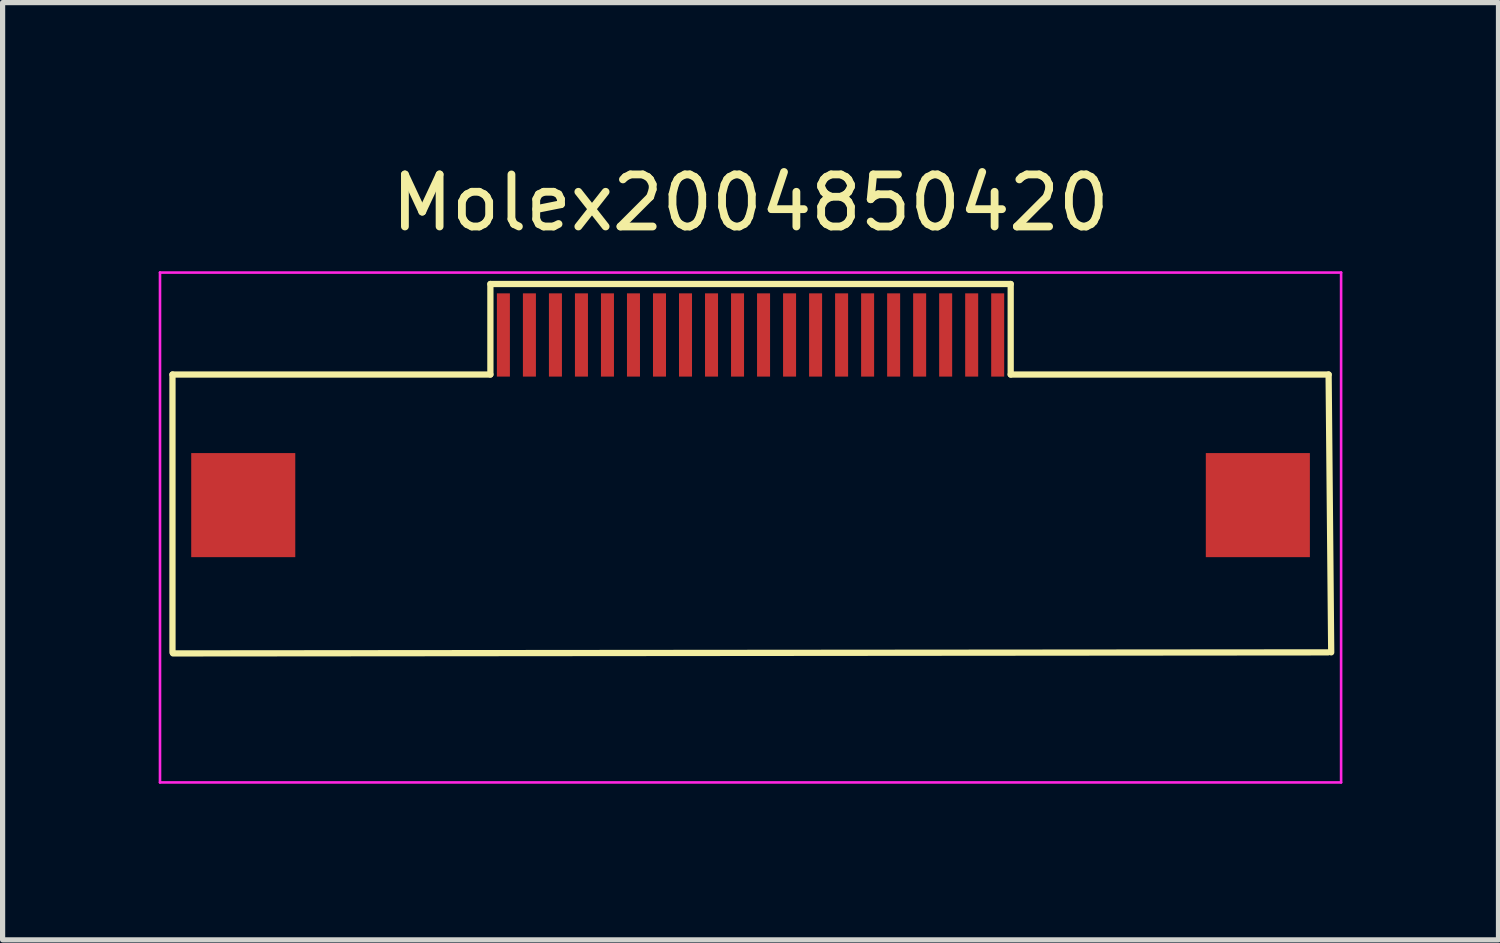
<source format=kicad_pcb>
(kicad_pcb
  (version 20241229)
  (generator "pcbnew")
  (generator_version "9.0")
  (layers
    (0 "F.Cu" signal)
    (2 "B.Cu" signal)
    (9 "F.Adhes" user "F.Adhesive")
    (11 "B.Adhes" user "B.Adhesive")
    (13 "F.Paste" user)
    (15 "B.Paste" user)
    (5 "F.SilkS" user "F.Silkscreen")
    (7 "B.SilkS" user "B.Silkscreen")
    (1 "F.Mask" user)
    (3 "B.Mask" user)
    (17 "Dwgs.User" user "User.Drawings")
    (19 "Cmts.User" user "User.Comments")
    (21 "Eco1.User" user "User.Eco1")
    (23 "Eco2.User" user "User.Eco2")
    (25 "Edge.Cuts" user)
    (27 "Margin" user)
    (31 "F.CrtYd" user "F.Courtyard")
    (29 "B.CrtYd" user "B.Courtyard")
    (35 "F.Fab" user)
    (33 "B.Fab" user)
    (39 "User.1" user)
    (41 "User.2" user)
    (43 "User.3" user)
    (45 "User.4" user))
  (footprint "Molex2004850420"
    (layer "F.Cu")
    (at 11.375 3.388)
    (property "Reference" "Molex2004850420" (at 0 -2.54 0) (layer "F.SilkS") (effects (font (size 1 1) (thickness 0.15))))
    (attr smd)
    (fp_line (start -11.11 0.76) (end -5 0.76) (stroke (width 0.12) (type solid)) (layer "F.SilkS"))
    (fp_line (start -11.11 6.1) (end -11.11 0.76) (stroke (width 0.12) (type solid)) (layer "F.SilkS"))
    (fp_line (start -5 -0.98) (end 5 -0.98) (stroke (width 0.12) (type solid)) (layer "F.SilkS"))
    (fp_line (start -5 0.76) (end -5 -0.98) (stroke (width 0.12) (type solid)) (layer "F.SilkS"))
    (fp_line (start 5 0.76) (end 5 -0.98) (stroke (width 0.12) (type solid)) (layer "F.SilkS"))
    (fp_line (start 11.1 6.1) (end -11.1 6.12) (stroke (width 0.12) (type solid)) (layer "F.SilkS"))
    (fp_line (start 11.11 0.76) (end 5 0.76) (stroke (width 0.12) (type solid)) (layer "F.SilkS"))
    (fp_line (start 11.16 6.1) (end 11.11 0.76) (stroke (width 0.12) (type solid)) (layer "F.SilkS"))
    (fp_line (start -11.35 -1.2) (end -11.35 8.6) (stroke (width 0.05) (type solid)) (layer "F.CrtYd"))
    (fp_line (start -11.35 -1.2) (end 11.35 -1.2) (stroke (width 0.05) (type solid)) (layer "F.CrtYd"))
    (fp_line (start -11.35 8.6) (end 11.35 8.6) (stroke (width 0.05) (type solid)) (layer "F.CrtYd"))
    (fp_line (start 11.35 -1.2) (end 11.35 8.6) (stroke (width 0.05) (type solid)) (layer "F.CrtYd"))
    (pad "0" smd rect (at -9.75 3.27) (size 2 2) (layers "F.Cu" "F.Mask" "F.Paste"))
    (pad "0" smd rect (at 9.75 3.27) (size 2 2) (layers "F.Cu" "F.Mask" "F.Paste"))
    (pad "1" smd rect (at -4.75 0) (size 0.25 1.6) (layers "F.Cu" "F.Mask" "F.Paste"))
    (pad "2" smd rect (at -4.25 0) (size 0.25 1.6) (layers "F.Cu" "F.Mask" "F.Paste"))
    (pad "3" smd rect (at -3.75 0) (size 0.25 1.6) (layers "F.Cu" "F.Mask" "F.Paste"))
    (pad "4" smd rect (at -3.25 0) (size 0.25 1.6) (layers "F.Cu" "F.Mask" "F.Paste"))
    (pad "5" smd rect (at -2.75 0) (size 0.25 1.6) (layers "F.Cu" "F.Mask" "F.Paste"))
    (pad "6" smd rect (at -2.25 0) (size 0.25 1.6) (layers "F.Cu" "F.Mask" "F.Paste"))
    (pad "7" smd rect (at -1.75 0) (size 0.25 1.6) (layers "F.Cu" "F.Mask" "F.Paste"))
    (pad "8" smd rect (at -1.25 0) (size 0.25 1.6) (layers "F.Cu" "F.Mask" "F.Paste"))
    (pad "9" smd rect (at -0.75 0) (size 0.25 1.6) (layers "F.Cu" "F.Mask" "F.Paste"))
    (pad "10" smd rect (at -0.25 0) (size 0.25 1.6) (layers "F.Cu" "F.Mask" "F.Paste"))
    (pad "11" smd rect (at 0.25 0) (size 0.25 1.6) (layers "F.Cu" "F.Mask" "F.Paste"))
    (pad "12" smd rect (at 0.75 0) (size 0.25 1.6) (layers "F.Cu" "F.Mask" "F.Paste"))
    (pad "13" smd rect (at 1.25 0) (size 0.25 1.6) (layers "F.Cu" "F.Mask" "F.Paste"))
    (pad "14" smd rect (at 1.75 0) (size 0.25 1.6) (layers "F.Cu" "F.Mask" "F.Paste"))
    (pad "15" smd rect (at 2.25 0) (size 0.25 1.6) (layers "F.Cu" "F.Mask" "F.Paste"))
    (pad "16" smd rect (at 2.75 0) (size 0.25 1.6) (layers "F.Cu" "F.Mask" "F.Paste"))
    (pad "17" smd rect (at 3.25 0) (size 0.25 1.6) (layers "F.Cu" "F.Mask" "F.Paste"))
    (pad "18" smd rect (at 3.75 0) (size 0.25 1.6) (layers "F.Cu" "F.Mask" "F.Paste"))
    (pad "19" smd rect (at 4.25 0) (size 0.25 1.6) (layers "F.Cu" "F.Mask" "F.Paste"))
    (pad "20" smd rect (at 4.75 0) (size 0.25 1.6) (layers "F.Cu" "F.Mask" "F.Paste")))
  (gr_rect
    (start -3 -3)
    (end 25.75 15.013)
    (stroke (width 0.1) (type default))
    (fill no)
    (layer "Edge.Cuts")))
</source>
